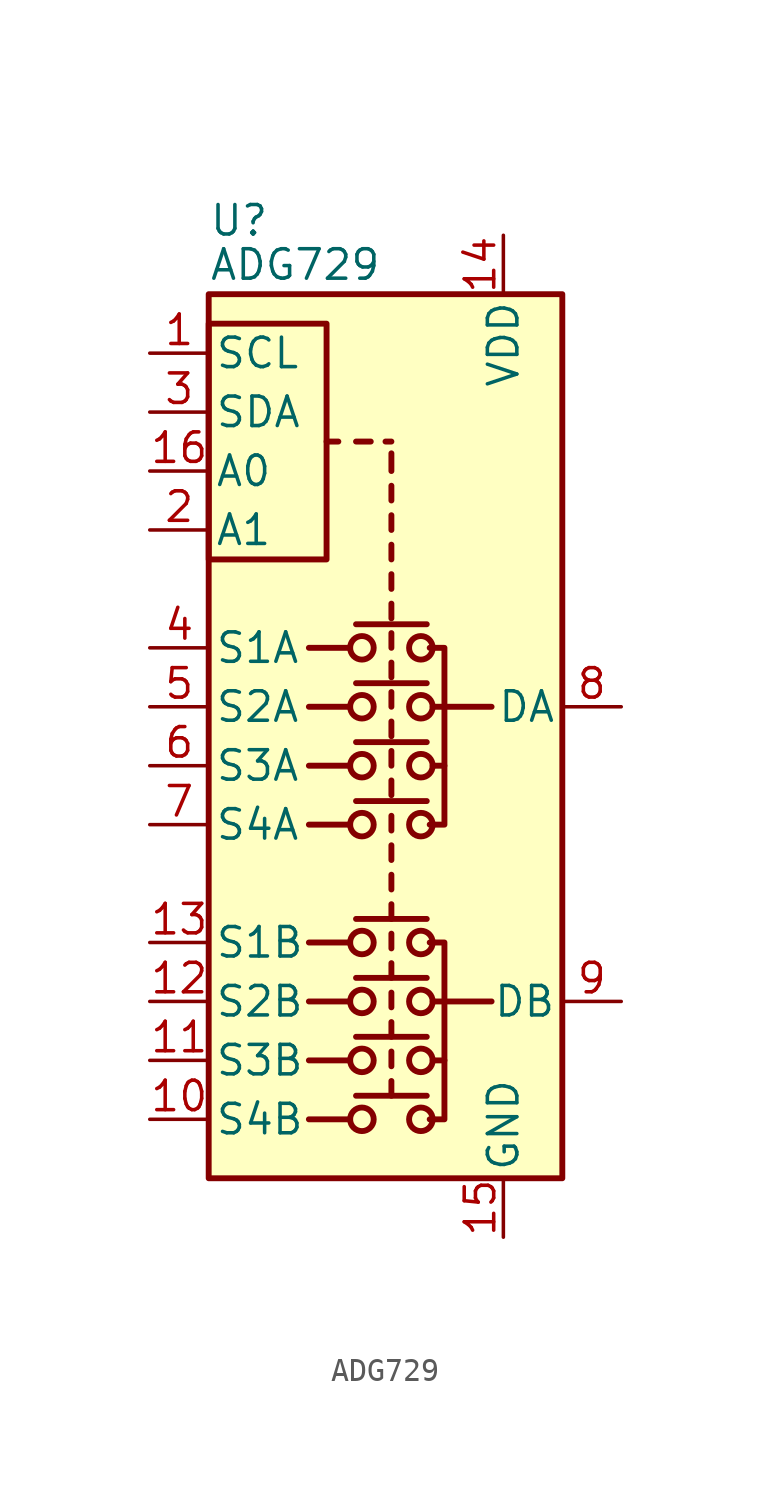
<source format=kicad_sym>
(kicad_symbol_lib
  (version 20220914)
  (generator kicad_symbol_editor)
  (symbol "ADG729"
    (pin_names
      (offset 0.254))
    (property "Reference" "U"
      (at -7.62 20.955 0)
      (effects (font (size 1.27 1.27)) (justify left)))
    (property "Value" "ADG729"
      (at -7.62 19.05 0)
      (effects (font (size 1.27 1.27)) (justify left)))
    (symbol "ADG729_0_1"
      (rectangle (start -7.62 6.35) (end -2.54 16.51) (stroke (width 0.254) (type default)) (fill (type none)))
      (rectangle (start -7.62 17.78) (end 7.62 -20.32) (stroke (width 0.254) (type default)) (fill (type background)))
      (circle (center -1.016 -17.78) (radius 0.508) (stroke (width 0.254) (type default)) (fill (type none)))
      (circle (center -1.016 -15.24) (radius 0.508) (stroke (width 0.254) (type default)) (fill (type none)))
      (circle (center -1.016 -12.7) (radius 0.508) (stroke (width 0.254) (type default)) (fill (type none)))
      (circle (center -1.016 -10.16) (radius 0.508) (stroke (width 0.254) (type default)) (fill (type none)))
      (circle (center -1.016 -5.08) (radius 0.508) (stroke (width 0.254) (type default)) (fill (type none)))
      (circle (center -1.016 -2.54) (radius 0.508) (stroke (width 0.254) (type default)) (fill (type none)))
      (circle (center -1.016 0) (radius 0.508) (stroke (width 0.254) (type default)) (fill (type none)))
      (circle (center -1.016 2.54) (radius 0.508) (stroke (width 0.254) (type default)) (fill (type none)))
      (polyline (pts (xy -2.032 11.43) (xy -2.54 11.43)) (stroke (width 0.254) (type default)) (fill (type none)))
      (polyline (pts (xy -1.524 -17.78) (xy -3.302 -17.78)) (stroke (width 0.254) (type default)) (fill (type none)))
      (polyline (pts (xy -1.524 -15.24) (xy -3.302 -15.24)) (stroke (width 0.254) (type default)) (fill (type none)))
      (polyline (pts (xy -1.524 -12.7) (xy -3.302 -12.7)) (stroke (width 0.254) (type default)) (fill (type none)))
      (polyline (pts (xy -1.524 -10.16) (xy -3.302 -10.16)) (stroke (width 0.254) (type default)) (fill (type none)))
      (polyline (pts (xy -1.524 -5.08) (xy -3.302 -5.08)) (stroke (width 0.254) (type default)) (fill (type none)))
      (polyline (pts (xy -1.524 -2.54) (xy -3.302 -2.54)) (stroke (width 0.254) (type default)) (fill (type none)))
      (polyline (pts (xy -1.524 0) (xy -3.302 0)) (stroke (width 0.254) (type default)) (fill (type none)))
      (polyline (pts (xy -1.524 2.54) (xy -3.302 2.54)) (stroke (width 0.254) (type default)) (fill (type none)))
      (polyline (pts (xy -1.27 -16.764) (xy 1.778 -16.764)) (stroke (width 0.254) (type default)) (fill (type none)))
      (polyline (pts (xy -1.27 -14.224) (xy 1.778 -14.224)) (stroke (width 0.254) (type default)) (fill (type none)))
      (polyline (pts (xy -1.27 -11.684) (xy 1.778 -11.684)) (stroke (width 0.254) (type default)) (fill (type none)))
      (polyline (pts (xy -1.27 -9.144) (xy 1.778 -9.144)) (stroke (width 0.254) (type default)) (fill (type none)))
      (polyline (pts (xy -1.27 -4.064) (xy 1.778 -4.064)) (stroke (width 0.254) (type default)) (fill (type none)))
      (polyline (pts (xy -1.27 -1.524) (xy 1.778 -1.524)) (stroke (width 0.254) (type default)) (fill (type none)))
      (polyline (pts (xy -1.27 1.016) (xy 1.778 1.016)) (stroke (width 0.254) (type default)) (fill (type none)))
      (polyline (pts (xy -1.27 3.556) (xy 1.778 3.556)) (stroke (width 0.254) (type default)) (fill (type none)))
      (polyline (pts (xy -1.27 11.43) (xy -0.635 11.43)) (stroke (width 0.254) (type default)) (fill (type none)))
      (polyline (pts (xy 0.254 -16.764) (xy 0.254 -16.129)) (stroke (width 0.254) (type default)) (fill (type none)))
      (polyline (pts (xy 0.254 -15.494) (xy 0.254 -14.859)) (stroke (width 0.254) (type default)) (fill (type none)))
      (polyline (pts (xy 0.254 -14.224) (xy 0.254 -13.589)) (stroke (width 0.254) (type default)) (fill (type none)))
      (polyline (pts (xy 0.254 -12.954) (xy 0.254 -12.319)) (stroke (width 0.254) (type default)) (fill (type none)))
      (polyline (pts (xy 0.254 -11.684) (xy 0.254 -11.049)) (stroke (width 0.254) (type default)) (fill (type none)))
      (polyline (pts (xy 0.254 -10.414) (xy 0.254 -9.779)) (stroke (width 0.254) (type default)) (fill (type none)))
      (polyline (pts (xy 0.254 -9.144) (xy 0.254 -8.509)) (stroke (width 0.254) (type default)) (fill (type none)))
      (polyline (pts (xy 0.254 -7.874) (xy 0.254 -7.239)) (stroke (width 0.254) (type default)) (fill (type none)))
      (polyline (pts (xy 0.254 -6.604) (xy 0.254 -5.969)) (stroke (width 0.254) (type default)) (fill (type none)))
      (polyline (pts (xy 0.254 -5.334) (xy 0.254 -4.699)) (stroke (width 0.254) (type default)) (fill (type none)))
      (polyline (pts (xy 0.254 -3.81) (xy 0.254 -3.175)) (stroke (width 0.254) (type default)) (fill (type none)))
      (polyline (pts (xy 0.254 -2.54) (xy 0.254 -1.905)) (stroke (width 0.254) (type default)) (fill (type none)))
      (polyline (pts (xy 0.254 -1.27) (xy 0.254 -0.635)) (stroke (width 0.254) (type default)) (fill (type none)))
      (polyline (pts (xy 0.254 0) (xy 0.254 0.635)) (stroke (width 0.254) (type default)) (fill (type none)))
      (polyline (pts (xy 0.254 1.27) (xy 0.254 1.905)) (stroke (width 0.254) (type default)) (fill (type none)))
      (polyline (pts (xy 0.254 2.54) (xy 0.254 3.175)) (stroke (width 0.254) (type default)) (fill (type none)))
      (polyline (pts (xy 0.254 3.81) (xy 0.254 4.445)) (stroke (width 0.254) (type default)) (fill (type none)))
      (polyline (pts (xy 0.254 5.08) (xy 0.254 5.715)) (stroke (width 0.254) (type default)) (fill (type none)))
      (polyline (pts (xy 0.254 6.35) (xy 0.254 6.985)) (stroke (width 0.254) (type default)) (fill (type none)))
      (polyline (pts (xy 0.254 7.62) (xy 0.254 8.255)) (stroke (width 0.254) (type default)) (fill (type none)))
      (polyline (pts (xy 0.254 8.89) (xy 0.254 9.525)) (stroke (width 0.254) (type default)) (fill (type none)))
      (polyline (pts (xy 0.254 10.16) (xy 0.254 10.922)) (stroke (width 0.254) (type default)) (fill (type none)))
      (polyline (pts (xy 0.254 11.43) (xy 0 11.43)) (stroke (width 0.254) (type default)) (fill (type none)))
      (polyline (pts (xy 2.032 -15.24) (xy 2.54 -15.24)) (stroke (width 0.254) (type default)) (fill (type none)))
      (polyline (pts (xy 2.032 -12.7) (xy 2.54 -12.7)) (stroke (width 0.254) (type default)) (fill (type none)))
      (polyline (pts (xy 2.032 -2.54) (xy 2.54 -2.54)) (stroke (width 0.254) (type default)) (fill (type none)))
      (polyline (pts (xy 2.032 0) (xy 2.54 0)) (stroke (width 0.254) (type default)) (fill (type none)))
      (polyline (pts (xy 2.54 0) (xy 4.572 0)) (stroke (width 0.254) (type default)) (fill (type none)))
      (polyline (pts (xy 4.572 -12.7) (xy 2.54 -12.7)) (stroke (width 0.254) (type default)) (fill (type none)))
      (polyline (pts (xy 1.905 -10.16) (xy 2.54 -10.16) (xy 2.54 -17.78) (xy 1.905 -17.78)) (stroke (width 0.254) (type default)) (fill (type none)))
      (polyline (pts (xy 1.905 -5.08) (xy 2.54 -5.08) (xy 2.54 2.54) (xy 1.905 2.54)) (stroke (width 0.254) (type default)) (fill (type none)))
      (circle (center 1.524 -17.78) (radius 0.508) (stroke (width 0.254) (type default)) (fill (type none)))
      (circle (center 1.524 -15.24) (radius 0.508) (stroke (width 0.254) (type default)) (fill (type none)))
      (circle (center 1.524 -12.7) (radius 0.508) (stroke (width 0.254) (type default)) (fill (type none)))
      (circle (center 1.524 -10.16) (radius 0.508) (stroke (width 0.254) (type default)) (fill (type none)))
      (circle (center 1.524 -5.08) (radius 0.508) (stroke (width 0.254) (type default)) (fill (type none)))
      (circle (center 1.524 -2.54) (radius 0.508) (stroke (width 0.254) (type default)) (fill (type none)))
      (circle (center 1.524 0) (radius 0.508) (stroke (width 0.254) (type default)) (fill (type none)))
      (circle (center 1.524 2.54) (radius 0.508) (stroke (width 0.254) (type default)) (fill (type none))))
    (symbol "ADG729_1_1"
      (pin input line (at -10.16 15.24 0) (length 2.54) (name "SCL" (effects (font (size 1.27 1.27)))) (number "1" (effects (font (size 1.27 1.27)))))
      (pin bidirectional line (at -10.16 -17.78 0) (length 2.54) (name "S4B" (effects (font (size 1.27 1.27)))) (number "10" (effects (font (size 1.27 1.27)))))
      (pin bidirectional line (at -10.16 -15.24 0) (length 2.54) (name "S3B" (effects (font (size 1.27 1.27)))) (number "11" (effects (font (size 1.27 1.27)))))
      (pin bidirectional line (at -10.16 -12.7 0) (length 2.54) (name "S2B" (effects (font (size 1.27 1.27)))) (number "12" (effects (font (size 1.27 1.27)))))
      (pin bidirectional line (at -10.16 -10.16 0) (length 2.54) (name "S1B" (effects (font (size 1.27 1.27)))) (number "13" (effects (font (size 1.27 1.27)))))
      (pin power_in line (at 5.08 20.32 270) (length 2.54) (name "VDD" (effects (font (size 1.27 1.27)))) (number "14" (effects (font (size 1.27 1.27)))))
      (pin power_in line (at 5.08 -22.86 90) (length 2.54) (name "GND" (effects (font (size 1.27 1.27)))) (number "15" (effects (font (size 1.27 1.27)))))
      (pin input line (at -10.16 10.16 0) (length 2.54) (name "A0" (effects (font (size 1.27 1.27)))) (number "16" (effects (font (size 1.27 1.27)))))
      (pin input line (at -10.16 7.62 0) (length 2.54) (name "A1" (effects (font (size 1.27 1.27)))) (number "2" (effects (font (size 1.27 1.27)))))
      (pin bidirectional line (at -10.16 12.7 0) (length 2.54) (name "SDA" (effects (font (size 1.27 1.27)))) (number "3" (effects (font (size 1.27 1.27)))))
      (pin bidirectional line (at -10.16 2.54 0) (length 2.54) (name "S1A" (effects (font (size 1.27 1.27)))) (number "4" (effects (font (size 1.27 1.27)))))
      (pin bidirectional line (at -10.16 0 0) (length 2.54) (name "S2A" (effects (font (size 1.27 1.27)))) (number "5" (effects (font (size 1.27 1.27)))))
      (pin bidirectional line (at -10.16 -2.54 0) (length 2.54) (name "S3A" (effects (font (size 1.27 1.27)))) (number "6" (effects (font (size 1.27 1.27)))))
      (pin bidirectional line (at -10.16 -5.08 0) (length 2.54) (name "S4A" (effects (font (size 1.27 1.27)))) (number "7" (effects (font (size 1.27 1.27)))))
      (pin bidirectional line (at 10.16 0 180) (length 2.54) (name "DA" (effects (font (size 1.27 1.27)))) (number "8" (effects (font (size 1.27 1.27)))))
      (pin bidirectional line (at 10.16 -12.7 180) (length 2.54) (name "DB" (effects (font (size 1.27 1.27)))) (number "9" (effects (font (size 1.27 1.27))))))))
</source>
